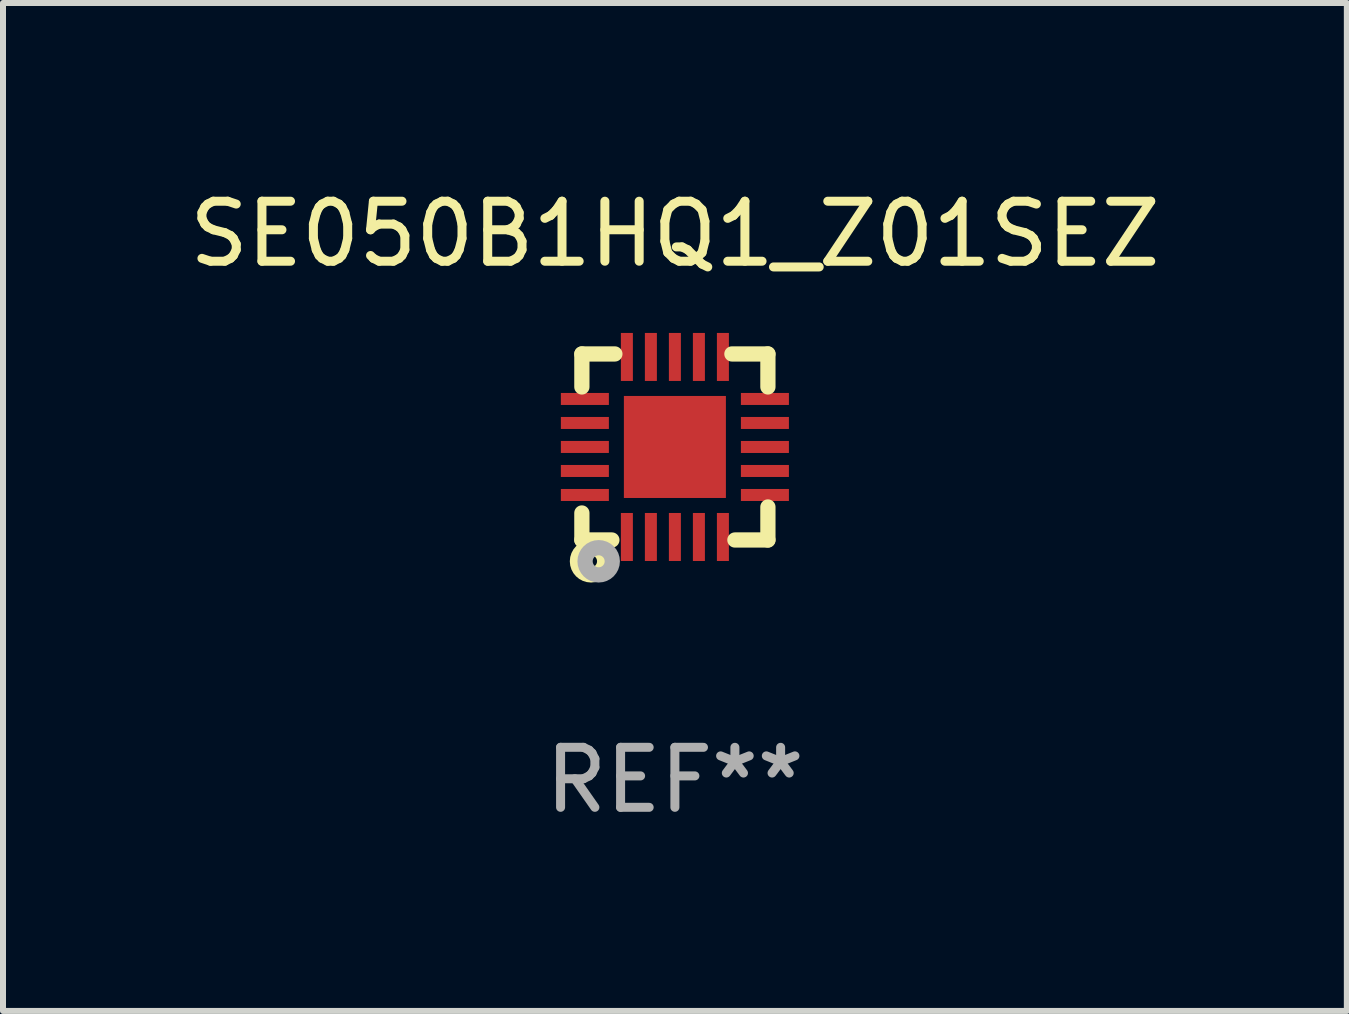
<source format=kicad_pcb>
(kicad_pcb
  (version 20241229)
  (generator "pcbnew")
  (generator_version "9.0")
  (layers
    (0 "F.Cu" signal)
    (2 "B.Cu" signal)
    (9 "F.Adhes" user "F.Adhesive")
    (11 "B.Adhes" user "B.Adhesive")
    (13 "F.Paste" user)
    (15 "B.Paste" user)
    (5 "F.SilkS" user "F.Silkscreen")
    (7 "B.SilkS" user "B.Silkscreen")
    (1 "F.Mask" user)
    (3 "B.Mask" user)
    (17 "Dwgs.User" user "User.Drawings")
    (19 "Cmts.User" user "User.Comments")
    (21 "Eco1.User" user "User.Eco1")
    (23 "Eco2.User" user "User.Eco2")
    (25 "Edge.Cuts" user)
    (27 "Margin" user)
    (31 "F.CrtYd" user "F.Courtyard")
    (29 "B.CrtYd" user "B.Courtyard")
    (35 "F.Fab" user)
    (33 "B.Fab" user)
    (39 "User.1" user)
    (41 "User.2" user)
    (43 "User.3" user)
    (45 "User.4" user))
  (footprint "SE050B1HQ1_Z01SEZ"
    (layer "F.Cu")
    (at 8.196 4.398)
    (property "Reference" "SE050B1HQ1_Z01SEZ" (at 0 -3.55 0) (layer "F.SilkS") (effects (font (size 1 1) (thickness 0.15))))
    (attr through_hole)
    (fp_line (start -1.55 -1.55) (end -1 -1.55) (stroke (width 0.254) (type solid)) (layer "F.SilkS"))
    (fp_line (start -1.55 -1) (end -1.55 -1.55) (stroke (width 0.254) (type solid)) (layer "F.SilkS"))
    (fp_line (start -1.55 1.1) (end -1.55 1.55) (stroke (width 0.254) (type solid)) (layer "F.SilkS"))
    (fp_line (start -1.55 1.55) (end -1.05 1.55) (stroke (width 0.254) (type solid)) (layer "F.SilkS"))
    (fp_line (start 0.95 -1.55) (end 1.55 -1.55) (stroke (width 0.254) (type solid)) (layer "F.SilkS"))
    (fp_line (start 1.55 -1.55) (end 1.55 -1) (stroke (width 0.254) (type solid)) (layer "F.SilkS"))
    (fp_line (start 1.55 1) (end 1.55 1.55) (stroke (width 0.254) (type solid)) (layer "F.SilkS"))
    (fp_line (start 1.55 1.55) (end 1 1.55) (stroke (width 0.254) (type solid)) (layer "F.SilkS"))
    (fp_circle (center -1.5 1.5) (end -1.45 1.5) (stroke (width 0.1) (type solid)) (fill no) (layer "F.SilkS"))
    (fp_circle (center -1.397 1.905) (end -1.297 1.905) (stroke (width 0.254) (type solid)) (fill no) (layer "F.SilkS"))
    (fp_circle (center -1.27 1.905) (end -1.17 1.905) (stroke (width 0.254) (type solid)) (fill no) (layer "F.Fab"))
    (fp_text user "REF**" (at 0 5.55 0) (layer "F.Fab") (effects (font (size 1 1) (thickness 0.15))))
    (pad "1" smd rect (at -0.8 1.5 180) (size 0.2 0.8) (layers "F.Cu" "F.Mask" "F.Paste"))
    (pad "2" smd rect (at -0.4 1.5 180) (size 0.2 0.8) (layers "F.Cu" "F.Mask" "F.Paste"))
    (pad "3" smd rect (at 0 1.5 180) (size 0.2 0.8) (layers "F.Cu" "F.Mask" "F.Paste"))
    (pad "4" smd rect (at 0.4 1.5 180) (size 0.2 0.8) (layers "F.Cu" "F.Mask" "F.Paste"))
    (pad "5" smd rect (at 0.8 1.5 180) (size 0.2 0.8) (layers "F.Cu" "F.Mask" "F.Paste"))
    (pad "6" smd rect (at 1.5 0.8 90) (size 0.2 0.8) (layers "F.Cu" "F.Mask" "F.Paste"))
    (pad "7" smd rect (at 1.5 0.4 90) (size 0.2 0.8) (layers "F.Cu" "F.Mask" "F.Paste"))
    (pad "8" smd rect (at 1.5 0 90) (size 0.2 0.8) (layers "F.Cu" "F.Mask" "F.Paste"))
    (pad "9" smd rect (at 1.5 -0.4 90) (size 0.2 0.8) (layers "F.Cu" "F.Mask" "F.Paste"))
    (pad "10" smd rect (at 1.5 -0.8 90) (size 0.2 0.8) (layers "F.Cu" "F.Mask" "F.Paste"))
    (pad "11" smd rect (at 0.8 -1.5 180) (size 0.2 0.8) (layers "F.Cu" "F.Mask" "F.Paste"))
    (pad "12" smd rect (at 0.4 -1.5 180) (size 0.2 0.8) (layers "F.Cu" "F.Mask" "F.Paste"))
    (pad "13" smd rect (at 0 -1.5 180) (size 0.2 0.8) (layers "F.Cu" "F.Mask" "F.Paste"))
    (pad "14" smd rect (at -0.4 -1.5 180) (size 0.2 0.8) (layers "F.Cu" "F.Mask" "F.Paste"))
    (pad "15" smd rect (at -0.8 -1.5 180) (size 0.2 0.8) (layers "F.Cu" "F.Mask" "F.Paste"))
    (pad "16" smd rect (at -1.5 -0.8 270) (size 0.2 0.8) (layers "F.Cu" "F.Mask" "F.Paste"))
    (pad "17" smd rect (at -1.5 -0.4 270) (size 0.2 0.8) (layers "F.Cu" "F.Mask" "F.Paste"))
    (pad "18" smd rect (at -1.5 -0.000254 270) (size 0.2 0.8) (layers "F.Cu" "F.Mask" "F.Paste"))
    (pad "19" smd rect (at -1.5 0.4 270) (size 0.2 0.8) (layers "F.Cu" "F.Mask" "F.Paste"))
    (pad "20" smd rect (at -1.5 0.8 270) (size 0.2 0.8) (layers "F.Cu" "F.Mask" "F.Paste"))
    (pad "21" smd rect (at 0 0 270) (size 1.7 1.7) (layers "F.Cu" "F.Mask" "F.Paste")))
  (gr_rect
    (start -3 -3)
    (end 19.393 13.796)
    (stroke (width 0.1) (type default))
    (fill no)
    (layer "Edge.Cuts")))
</source>
